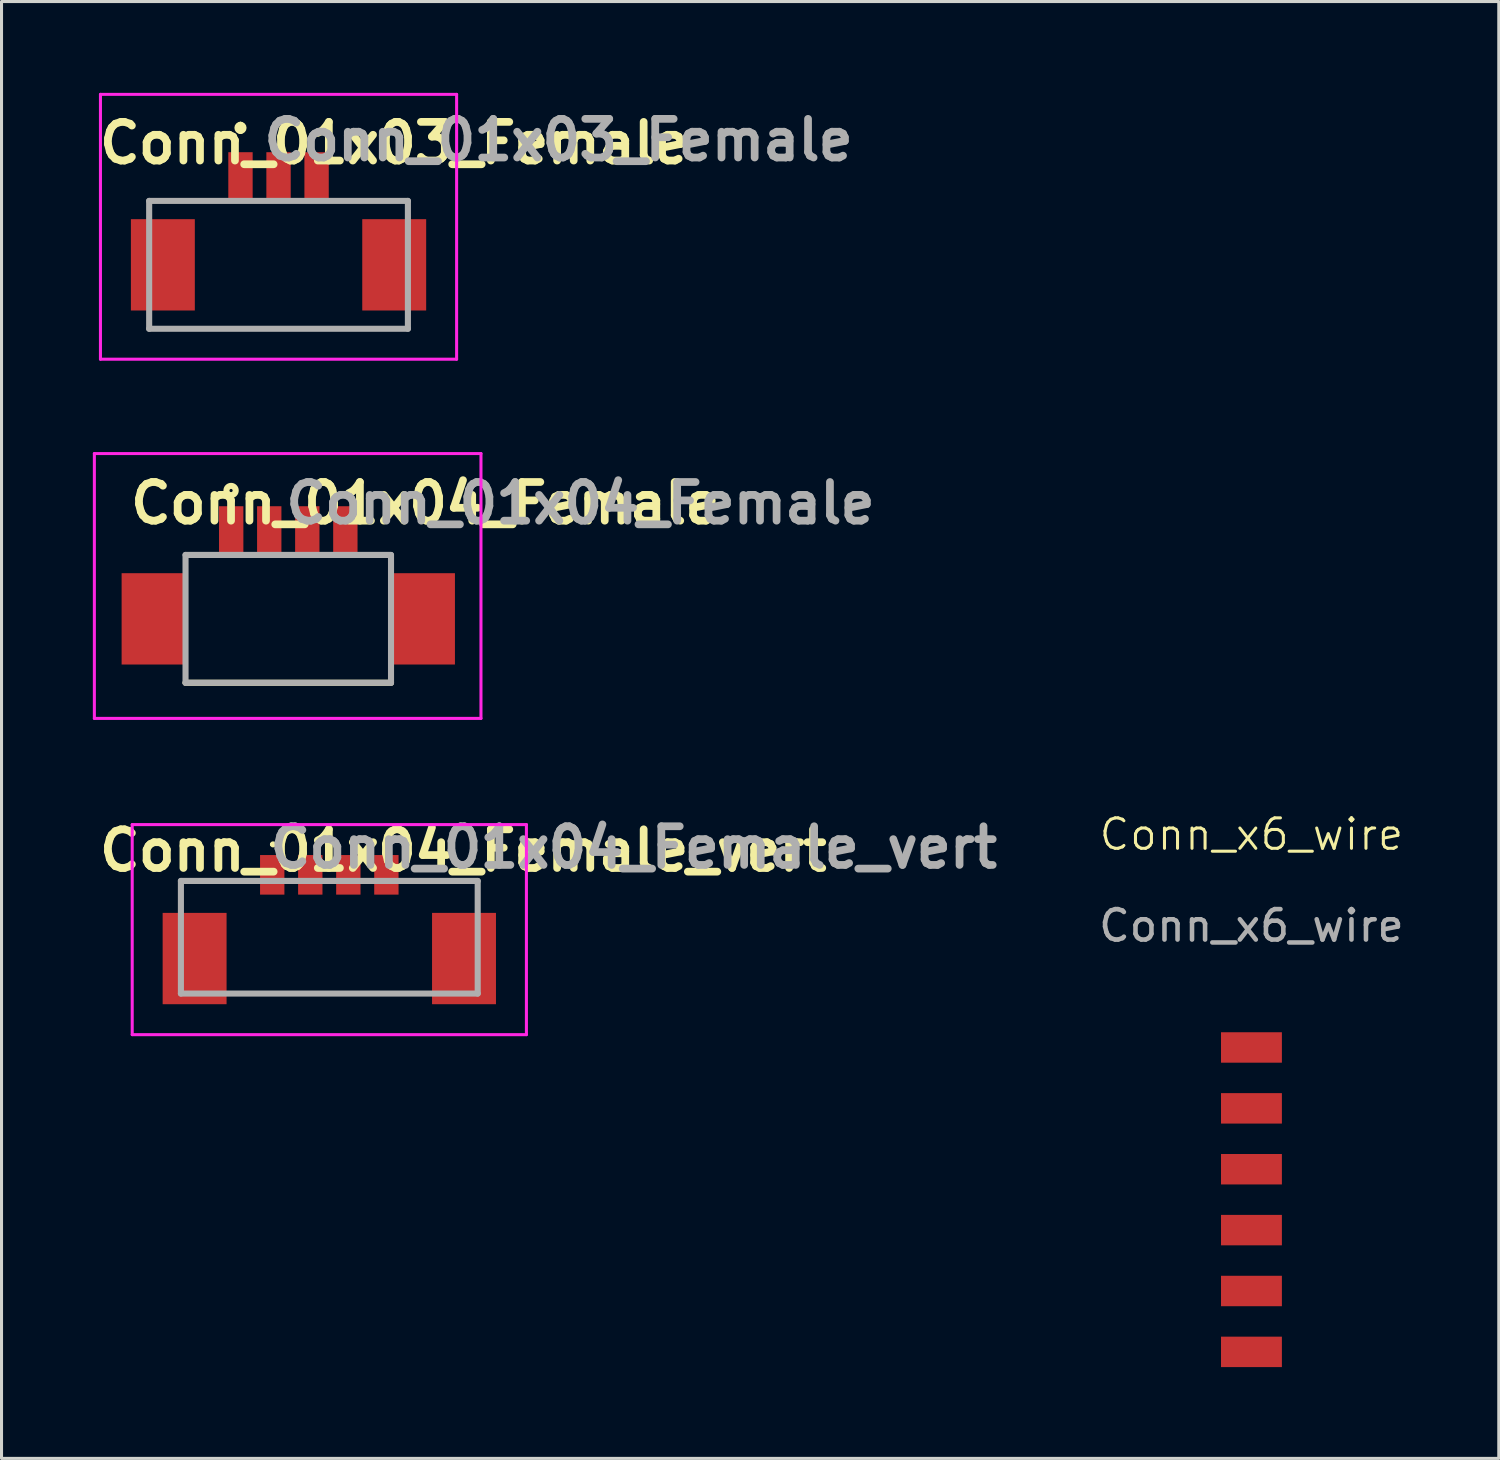
<source format=kicad_pcb>
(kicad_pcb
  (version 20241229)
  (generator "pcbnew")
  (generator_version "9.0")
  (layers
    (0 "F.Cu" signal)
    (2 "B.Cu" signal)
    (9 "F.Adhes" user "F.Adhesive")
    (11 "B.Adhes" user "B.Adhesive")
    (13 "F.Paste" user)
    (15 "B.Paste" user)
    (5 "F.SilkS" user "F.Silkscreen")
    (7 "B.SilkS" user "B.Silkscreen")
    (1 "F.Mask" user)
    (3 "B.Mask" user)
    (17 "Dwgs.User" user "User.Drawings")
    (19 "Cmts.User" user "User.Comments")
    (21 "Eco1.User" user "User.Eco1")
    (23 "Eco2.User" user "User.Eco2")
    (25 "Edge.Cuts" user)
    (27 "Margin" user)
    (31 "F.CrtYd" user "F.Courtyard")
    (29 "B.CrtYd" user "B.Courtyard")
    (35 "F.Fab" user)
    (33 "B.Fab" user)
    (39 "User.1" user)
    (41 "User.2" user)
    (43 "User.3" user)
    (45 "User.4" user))
  (footprint "Conn_01x03_Female"
    (layer "F.Cu")
    (at 6.1 5.65)
    (property "Reference" "Conn_01x03_Female" (at 3.8 -4 0) (layer "F.SilkS") (effects (font (size 1.27 1.27) (thickness 0.254))))
    (attr smd)
    (fp_line (start -4.25 2.1) (end 4.25 2.1) (stroke (width 0.1) (type solid)) (layer "F.SilkS"))
    (fp_line (start -1.25 -4.6) (end -1.25 -4.6) (stroke (width 0.2) (type solid)) (layer "F.SilkS"))
    (fp_line (start -1.25 -4.4) (end -1.25 -4.4) (stroke (width 0.2) (type solid)) (layer "F.SilkS"))
    (fp_arc (start -1.25 -4.6) (mid -1.15 -4.5) (end -1.25 -4.4) (stroke (width 0.2) (type solid)) (layer "F.SilkS"))
    (fp_arc (start -1.25 -4.4) (mid -1.35 -4.5) (end -1.25 -4.6) (stroke (width 0.2) (type solid)) (layer "F.SilkS"))
    (fp_line (start -5.85 -5.6) (end 5.85 -5.6) (stroke (width 0.1) (type solid)) (layer "F.CrtYd"))
    (fp_line (start -5.85 3.1) (end -5.85 -5.6) (stroke (width 0.1) (type solid)) (layer "F.CrtYd"))
    (fp_line (start 5.85 -5.6) (end 5.85 3.1) (stroke (width 0.1) (type solid)) (layer "F.CrtYd"))
    (fp_line (start 5.85 3.1) (end -5.85 3.1) (stroke (width 0.1) (type solid)) (layer "F.CrtYd"))
    (fp_line (start -4.25 -2.1) (end 4.25 -2.1) (stroke (width 0.2) (type solid)) (layer "F.Fab"))
    (fp_line (start -4.25 2.1) (end -4.25 -2.1) (stroke (width 0.2) (type solid)) (layer "F.Fab"))
    (fp_line (start 4.25 -2.1) (end 4.25 2.1) (stroke (width 0.2) (type solid)) (layer "F.Fab"))
    (fp_line (start 4.25 2.1) (end -4.25 2.1) (stroke (width 0.2) (type solid)) (layer "F.Fab"))
    (fp_text user "${REFERENCE}" (at 9.2 -4.1 0) (layer "F.Fab") (effects (font (size 1.27 1.27) (thickness 0.254))))
    (pad "1" smd rect (at -1.25 -2.9) (size 0.8 1.6) (layers "F.Cu" "F.Mask" "F.Paste"))
    (pad "2" smd rect (at 0 -2.9) (size 0.8 1.6) (layers "F.Cu" "F.Mask" "F.Paste"))
    (pad "3" smd rect (at 1.25 -2.9) (size 0.8 1.6) (layers "F.Cu" "F.Mask" "F.Paste"))
    (pad "MP" smd rect (at -3.8 0) (size 2.1 3) (layers "F.Cu" "F.Mask" "F.Paste"))
    (pad "MP" smd rect (at 3.8 0) (size 2.1 3) (layers "F.Cu" "F.Mask" "F.Paste")))
  (footprint "Conn_01x04_Female_vert"
    (layer "F.Cu")
    (at 7.768 27.489)
    (property "Reference" "Conn_01x04_Female_vert" (at 4.4 -2.6 0) (layer "F.SilkS") (effects (font (size 1.27 1.27) (thickness 0.254))))
    (attr smd)
    (fp_line (start -4.875 -1.6) (end -4.875 -1.1) (stroke (width 0.1) (type solid)) (layer "F.SilkS"))
    (fp_line (start -3 2.1) (end 3 2.1) (stroke (width 0.1) (type solid)) (layer "F.SilkS"))
    (fp_line (start -2.5 -1.6) (end -4.875 -1.6) (stroke (width 0.1) (type solid)) (layer "F.SilkS"))
    (fp_line (start -1.9 -2.8) (end -1.9 -2.8) (stroke (width 0.1) (type solid)) (layer "F.SilkS"))
    (fp_line (start -1.8 -2.8) (end -1.8 -2.8) (stroke (width 0.1) (type solid)) (layer "F.SilkS"))
    (fp_line (start 2.5 -1.6) (end 4.875 -1.6) (stroke (width 0.1) (type solid)) (layer "F.SilkS"))
    (fp_line (start 4.875 -1.6) (end 4.875 -1.1) (stroke (width 0.1) (type solid)) (layer "F.SilkS"))
    (fp_arc (start -1.9 -2.8) (mid -1.85 -2.85) (end -1.8 -2.8) (stroke (width 0.1) (type solid)) (layer "F.SilkS"))
    (fp_arc (start -1.8 -2.8) (mid -1.85 -2.75) (end -1.9 -2.8) (stroke (width 0.1) (type solid)) (layer "F.SilkS"))
    (fp_line (start -6.475 -3.45) (end 6.475 -3.45) (stroke (width 0.1) (type solid)) (layer "F.CrtYd"))
    (fp_line (start -6.475 3.45) (end -6.475 -3.45) (stroke (width 0.1) (type solid)) (layer "F.CrtYd"))
    (fp_line (start 6.475 -3.45) (end 6.475 3.45) (stroke (width 0.1) (type solid)) (layer "F.CrtYd"))
    (fp_line (start 6.475 3.45) (end -6.475 3.45) (stroke (width 0.1) (type solid)) (layer "F.CrtYd"))
    (fp_line (start -4.875 -1.6) (end 4.875 -1.6) (stroke (width 0.2) (type solid)) (layer "F.Fab"))
    (fp_line (start -4.875 2.1) (end -4.875 -1.6) (stroke (width 0.2) (type solid)) (layer "F.Fab"))
    (fp_line (start 4.875 -1.6) (end 4.875 2.1) (stroke (width 0.2) (type solid)) (layer "F.Fab"))
    (fp_line (start 4.875 2.1) (end -4.875 2.1) (stroke (width 0.2) (type solid)) (layer "F.Fab"))
    (fp_text user "${REFERENCE}" (at 10 -2.7 0) (layer "F.Fab") (effects (font (size 1.27 1.27) (thickness 0.254))))
    (pad "1" smd rect (at -1.875 -1.8) (size 0.8 1.3) (layers "F.Cu" "F.Mask" "F.Paste"))
    (pad "2" smd rect (at -0.625 -1.8) (size 0.8 1.3) (layers "F.Cu" "F.Mask" "F.Paste"))
    (pad "3" smd rect (at 0.625 -1.8) (size 0.8 1.3) (layers "F.Cu" "F.Mask" "F.Paste"))
    (pad "4" smd rect (at 1.875 -1.8) (size 0.8 1.3) (layers "F.Cu" "F.Mask" "F.Paste"))
    (pad "MP" smd rect (at -4.425 0.95) (size 2.1 3) (layers "F.Cu" "F.Mask" "F.Paste"))
    (pad "MP" smd rect (at 4.425 0.95) (size 2.1 3) (layers "F.Cu" "F.Mask" "F.Paste")))
  (footprint "Conn_x6_wire"
    (layer "F.Cu")
    (at 38.061 31.36)
    (property "Reference" "Conn_x6_wire" (at 0 -7 0) (unlocked yes) (layer "F.SilkS") (effects (font (size 1 1) (thickness 0.1))))
    (attr smd)
    (fp_text user "${REFERENCE}" (at 0 -4 0) (unlocked yes) (layer "F.Fab") (effects (font (size 1 1) (thickness 0.15))))
    (pad "1" smd rect (at 0 0 270) (size 1 2) (layers "F.Cu" "F.Mask" "F.Paste"))
    (pad "2" smd rect (at 0 2 270) (size 1 2) (layers "F.Cu" "F.Mask" "F.Paste"))
    (pad "3" smd rect (at 0 4 270) (size 1 2) (layers "F.Cu" "F.Mask" "F.Paste"))
    (pad "4" smd rect (at 0 6 270) (size 1 2) (layers "F.Cu" "F.Mask" "F.Paste"))
    (pad "5" smd rect (at 0 8 270) (size 1 2) (layers "F.Cu" "F.Mask" "F.Paste"))
    (pad "6" smd rect (at 0 10 270) (size 1 2) (layers "F.Cu" "F.Mask" "F.Paste")))
  (footprint "Conn_01x04_Female"
    (layer "F.Cu")
    (at 6.42 15.18)
    (property "Reference" "Conn_01x04_Female" (at 4.5 -1.7 0) (layer "F.SilkS") (effects (font (size 1.27 1.27) (thickness 0.254))))
    (attr smd)
    (fp_line (start -3.375 4.2) (end 3.375 4.2) (stroke (width 0.2) (type solid)) (layer "F.SilkS"))
    (fp_circle (center -1.879 -2.116) (end -1.879 -2.064) (stroke (width 0.2) (type solid)) (fill no) (layer "F.SilkS"))
    (fp_line (start -6.37 -3.33) (end 6.33 -3.33) (stroke (width 0.1) (type solid)) (layer "F.CrtYd"))
    (fp_line (start -6.37 5.37) (end -6.37 -3.33) (stroke (width 0.1) (type solid)) (layer "F.CrtYd"))
    (fp_line (start 6.33 -3.33) (end 6.33 5.37) (stroke (width 0.1) (type solid)) (layer "F.CrtYd"))
    (fp_line (start 6.33 5.37) (end -6.37 5.37) (stroke (width 0.1) (type solid)) (layer "F.CrtYd"))
    (fp_line (start -3.375 0) (end 3.375 0) (stroke (width 0.2) (type solid)) (layer "F.Fab"))
    (fp_line (start -3.375 4.2) (end -3.375 0) (stroke (width 0.2) (type solid)) (layer "F.Fab"))
    (fp_line (start 3.375 0) (end 3.375 4.2) (stroke (width 0.2) (type solid)) (layer "F.Fab"))
    (fp_line (start 3.375 4.2) (end -3.375 4.2) (stroke (width 0.2) (type solid)) (layer "F.Fab"))
    (fp_text user "${REFERENCE}" (at 9.6 -1.7 0) (layer "F.Fab") (effects (font (size 1.27 1.27) (thickness 0.254))))
    (pad "1" smd rect (at -1.875 -0.8) (size 0.8 1.6) (layers "F.Cu" "F.Mask" "F.Paste"))
    (pad "2" smd rect (at -0.625 -0.8) (size 0.8 1.6) (layers "F.Cu" "F.Mask" "F.Paste"))
    (pad "3" smd rect (at 0.625 -0.8) (size 0.8 1.6) (layers "F.Cu" "F.Mask" "F.Paste"))
    (pad "4" smd rect (at 1.875 -0.8) (size 0.8 1.6) (layers "F.Cu" "F.Mask" "F.Paste"))
    (pad "MP" smd rect (at -4.425 2.1) (size 2.1 3) (layers "F.Cu" "F.Mask" "F.Paste"))
    (pad "MP" smd rect (at 4.425 2.1) (size 2.1 3) (layers "F.Cu" "F.Mask" "F.Paste")))
  (gr_rect
    (start -3 -3)
    (end 46.186 44.86)
    (stroke (width 0.1) (type default))
    (fill no)
    (layer "Edge.Cuts")))
</source>
